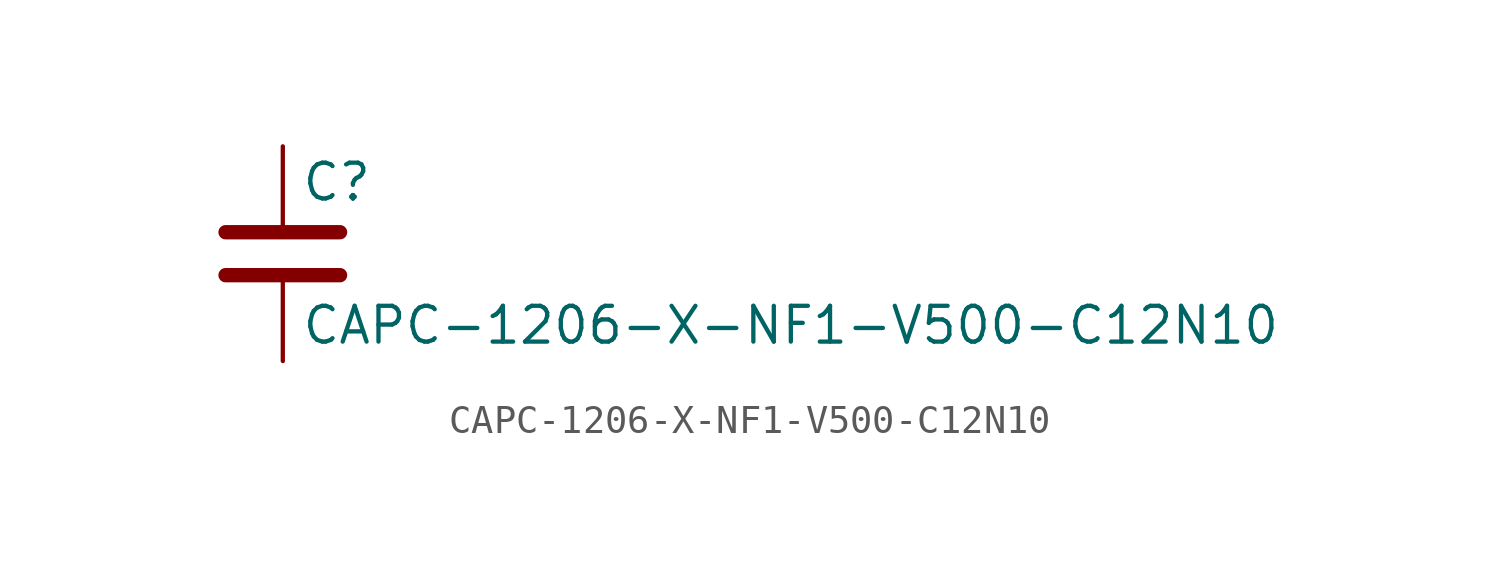
<source format=kicad_sym>
(kicad_symbol_lib
  (version 20211014)
  (generator kicad_symbol_editor)
  (symbol "CAPC-1206-X-NF1-V500-C12N10"
    (pin_numbers hide)
    (pin_names
      (offset 0.254))
    (property "Reference" "C"
      (at 0.635 2.54 0)
      (effects (font (size 1.27 1.27)) (justify left)))
    (property "Value" "CAPC-1206-X-NF1-V500-C12N10"
      (at 0.635 -2.54 0)
      (effects (font (size 1.27 1.27)) (justify left)))
    (symbol "CAPC-1206-X-NF1-V500-C12N10_0_1"
      (polyline (pts (xy -2.032 -0.762) (xy 2.032 -0.762)) (stroke (width 0.508) (type default) (color 0 0 0 0)) (fill (type none)))
      (polyline (pts (xy -2.032 0.762) (xy 2.032 0.762)) (stroke (width 0.508) (type default) (color 0 0 0 0)) (fill (type none))))
    (symbol "CAPC-1206-X-NF1-V500-C12N10_1_1"
      (pin passive line (at 0 3.81 270) (length 2.794) (name "~" (effects (font (size 1.27 1.27)))) (number "1" (effects (font (size 1.27 1.27)))))
      (pin passive line (at 0 -3.81 90) (length 2.794) (name "~" (effects (font (size 1.27 1.27)))) (number "2" (effects (font (size 1.27 1.27))))))))
</source>
